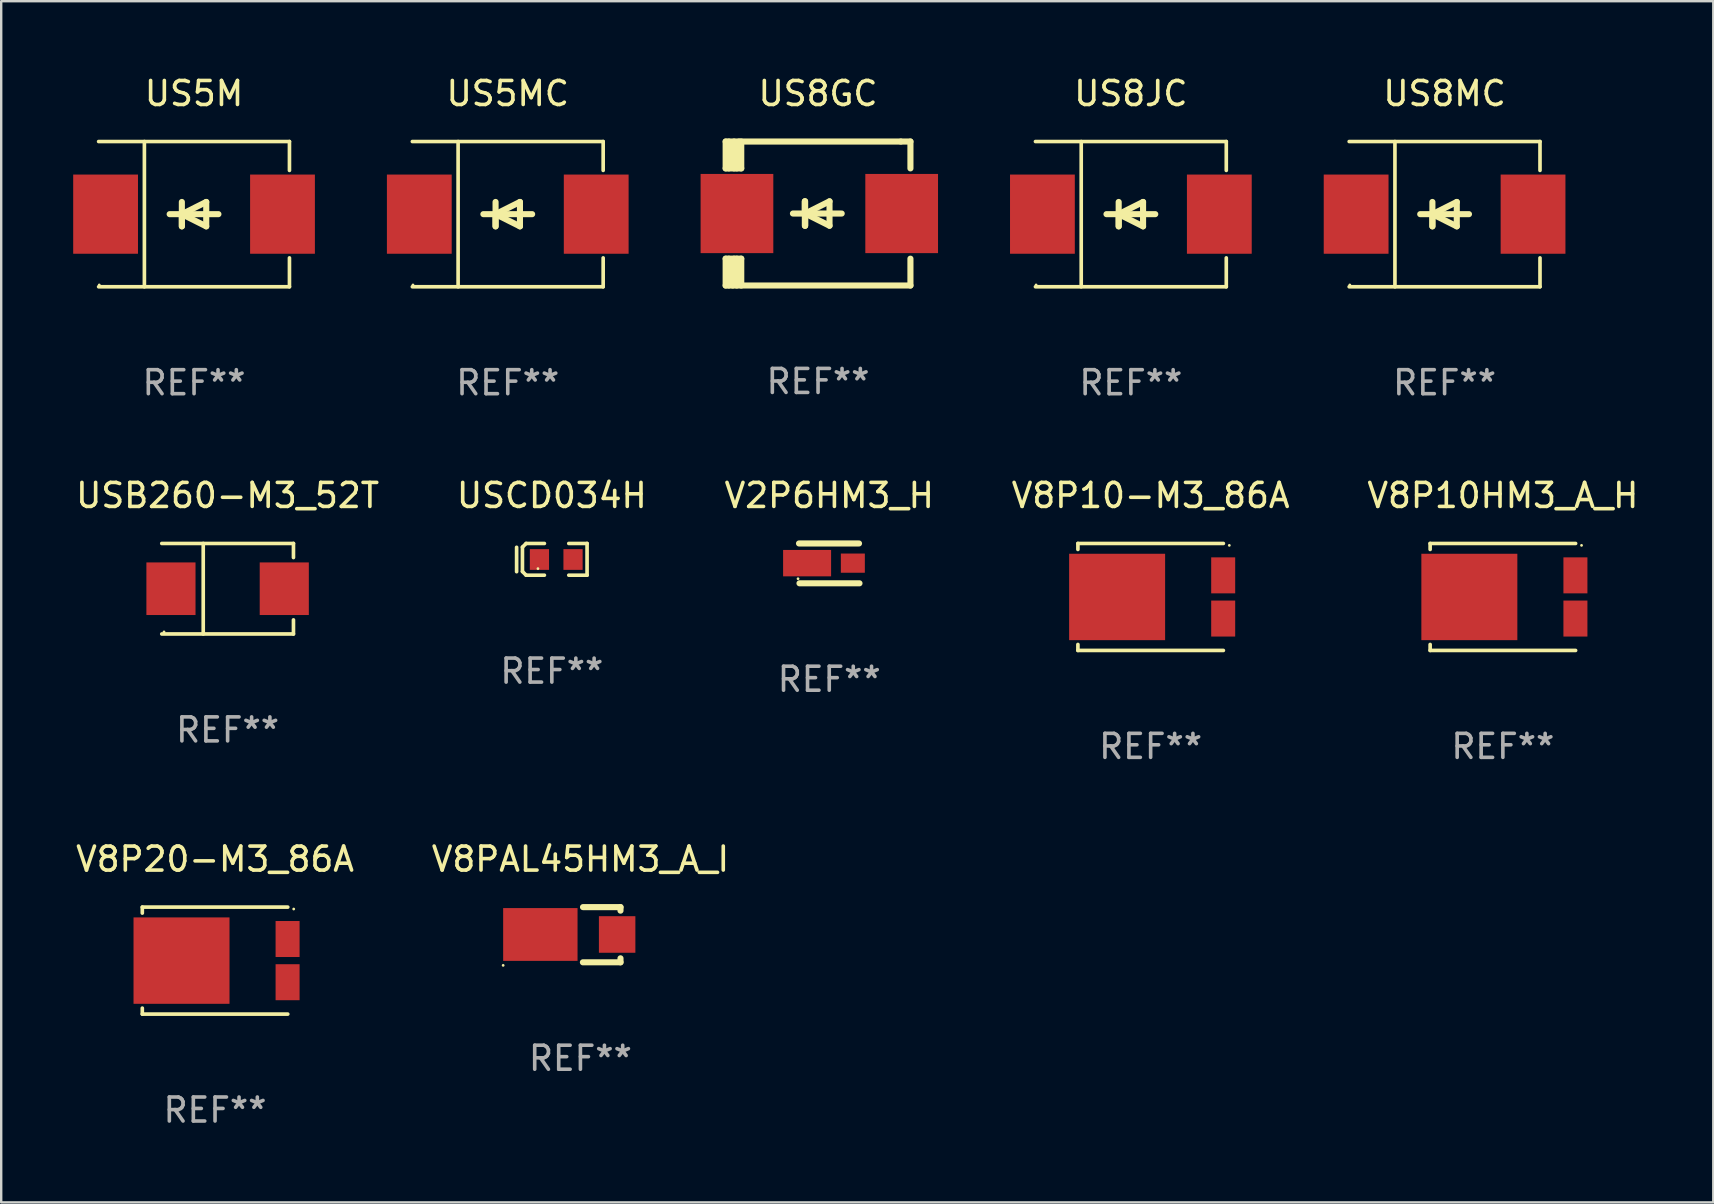
<source format=kicad_pcb>
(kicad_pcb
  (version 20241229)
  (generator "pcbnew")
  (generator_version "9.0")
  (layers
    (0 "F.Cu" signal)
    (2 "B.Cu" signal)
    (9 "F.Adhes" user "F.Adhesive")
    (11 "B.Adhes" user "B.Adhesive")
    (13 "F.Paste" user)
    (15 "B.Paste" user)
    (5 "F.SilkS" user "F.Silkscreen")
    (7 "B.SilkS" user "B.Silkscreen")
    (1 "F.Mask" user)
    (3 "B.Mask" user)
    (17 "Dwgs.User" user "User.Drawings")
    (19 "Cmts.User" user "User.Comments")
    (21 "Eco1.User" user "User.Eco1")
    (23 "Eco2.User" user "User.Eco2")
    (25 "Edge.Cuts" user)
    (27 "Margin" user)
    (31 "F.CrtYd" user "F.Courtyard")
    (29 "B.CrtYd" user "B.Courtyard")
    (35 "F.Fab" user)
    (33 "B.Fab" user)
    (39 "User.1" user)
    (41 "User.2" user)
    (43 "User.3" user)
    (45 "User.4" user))
  (footprint "USCD034H"
    (layer "F.Cu")
    (at 19.946 20.258)
    (property "Reference" "USCD034H" (at 0 -2.661 0) (layer "F.SilkS") (effects (font (size 1 1) (thickness 0.15))))
    (attr through_hole)
    (fp_line (start -1.468 -0.501) (end -1.468 0.515) (stroke (width 0.152) (type solid)) (layer "F.SilkS"))
    (fp_line (start -1.225 -0.508) (end -1.072 -0.661) (stroke (width 0.152) (type solid)) (layer "F.SilkS"))
    (fp_line (start -1.225 0.508) (end -1.225 -0.508) (stroke (width 0.152) (type solid)) (layer "F.SilkS"))
    (fp_line (start -1.072 -0.661) (end -0.31 -0.661) (stroke (width 0.152) (type solid)) (layer "F.SilkS"))
    (fp_line (start -1.072 0.661) (end -1.225 0.508) (stroke (width 0.152) (type solid)) (layer "F.SilkS"))
    (fp_line (start -1.072 0.661) (end -0.31 0.661) (stroke (width 0.152) (type solid)) (layer "F.SilkS"))
    (fp_line (start 1.468 -0.661) (end 0.706 -0.661) (stroke (width 0.152) (type solid)) (layer "F.SilkS"))
    (fp_line (start 1.468 -0.661) (end 1.468 0.661) (stroke (width 0.152) (type solid)) (layer "F.SilkS"))
    (fp_line (start 1.468 0.661) (end 0.706 0.661) (stroke (width 0.152) (type solid)) (layer "F.SilkS"))
    (fp_circle (center -0.579 0.388) (end -0.549 0.388) (stroke (width 0.06) (type solid)) (fill no) (layer "F.SilkS"))
    (fp_text user "REF**" (at 0 4.661 0) (layer "F.Fab") (effects (font (size 1 1) (thickness 0.15))))
    (pad "1" smd rect (at -0.517 0.007) (size 0.8 0.864) (layers "F.Cu" "F.Mask" "F.Paste"))
    (pad "2" smd rect (at 0.883 0.007) (size 0.8 0.864) (layers "F.Cu" "F.Mask" "F.Paste")))
  (footprint "V8P10-M3_86A"
    (layer "F.Cu")
    (at 44.899 21.826)
    (property "Reference" "V8P10-M3_86A" (at 0 -4.229 0) (layer "F.SilkS") (effects (font (size 1 1) (thickness 0.15))))
    (attr through_hole)
    (fp_line (start -3.031 -2.229) (end -3.031 -1.98) (stroke (width 0.152) (type solid)) (layer "F.SilkS"))
    (fp_line (start -3.031 1.98) (end -3.031 2.229) (stroke (width 0.152) (type solid)) (layer "F.SilkS"))
    (fp_line (start 3.031 -2.229) (end -3.031 -2.229) (stroke (width 0.152) (type solid)) (layer "F.SilkS"))
    (fp_line (start 3.031 2.229) (end -3.031 2.229) (stroke (width 0.152) (type solid)) (layer "F.SilkS"))
    (fp_circle (center 3.278 -2.15) (end 3.308 -2.15) (stroke (width 0.06) (type solid)) (fill no) (layer "F.SilkS"))
    (fp_text user "REF**" (at 0 6.229 0) (layer "F.Fab") (effects (font (size 1 1) (thickness 0.15))))
    (pad "1" smd rect (at 3.023 -0.9) (size 1 1.5) (layers "F.Cu" "F.Mask" "F.Paste"))
    (pad "2" smd rect (at 3.023 0.9) (size 1 1.5) (layers "F.Cu" "F.Mask" "F.Paste"))
    (pad "3" smd rect (at -1.397 0) (size 4 3.6) (layers "F.Cu" "F.Mask" "F.Paste")))
  (footprint "US5M"
    (layer "F.Cu")
    (at 5.036 5.874)
    (property "Reference" "US5M" (at 0 -5.026 0) (layer "F.SilkS") (effects (font (size 1 1) (thickness 0.15))))
    (attr through_hole)
    (fp_line (start -3.976 -3.026) (end 3.976 -3.026) (stroke (width 0.152) (type solid)) (layer "F.SilkS"))
    (fp_line (start -3.976 3.026) (end 3.976 3.026) (stroke (width 0.152) (type solid)) (layer "F.SilkS"))
    (fp_line (start -2.069 -3.026) (end -2.069 3.026) (stroke (width 0.152) (type solid)) (layer "F.SilkS"))
    (fp_line (start -0.508 0) (end -0.508 0.508) (stroke (width 0.254) (type solid)) (layer "F.SilkS"))
    (fp_line (start -0.508 0) (end 0.508 0.508) (stroke (width 0.254) (type solid)) (layer "F.SilkS"))
    (fp_line (start -0.508 0.508) (end -0.508 -0.508) (stroke (width 0.254) (type solid)) (layer "F.SilkS"))
    (fp_line (start 0.508 -0.508) (end -0.508 0) (stroke (width 0.254) (type solid)) (layer "F.SilkS"))
    (fp_line (start 0.508 0.508) (end 0.508 -0.508) (stroke (width 0.254) (type solid)) (layer "F.SilkS"))
    (fp_line (start 1.016 0) (end -1.016 0) (stroke (width 0.254) (type solid)) (layer "F.SilkS"))
    (fp_line (start 3.976 -3.026) (end 3.976 -1.823) (stroke (width 0.152) (type solid)) (layer "F.SilkS"))
    (fp_line (start 3.976 3.026) (end 3.976 1.823) (stroke (width 0.152) (type solid)) (layer "F.SilkS"))
    (fp_circle (center -3.95 2.95) (end -3.92 2.95) (stroke (width 0.06) (type solid)) (fill no) (layer "F.SilkS"))
    (fp_text user "REF**" (at 0 7.026 0) (layer "F.Fab") (effects (font (size 1 1) (thickness 0.15))))
    (pad "1" smd rect (at -3.686 0) (size 2.7 3.3) (layers "F.Cu" "F.Mask" "F.Paste"))
    (pad "2" smd rect (at 3.686 0) (size 2.7 3.3) (layers "F.Cu" "F.Mask" "F.Paste")))
  (footprint "US8MC"
    (layer "F.Cu")
    (at 57.148 5.874)
    (property "Reference" "US8MC" (at 0 -5.026 0) (layer "F.SilkS") (effects (font (size 1 1) (thickness 0.15))))
    (attr through_hole)
    (fp_line (start -3.976 -3.026) (end 3.976 -3.026) (stroke (width 0.152) (type solid)) (layer "F.SilkS"))
    (fp_line (start -3.976 3.026) (end 3.976 3.026) (stroke (width 0.152) (type solid)) (layer "F.SilkS"))
    (fp_line (start -2.069 -3.026) (end -2.069 3.026) (stroke (width 0.152) (type solid)) (layer "F.SilkS"))
    (fp_line (start -0.508 0) (end -0.508 0.508) (stroke (width 0.254) (type solid)) (layer "F.SilkS"))
    (fp_line (start -0.508 0) (end 0.508 0.508) (stroke (width 0.254) (type solid)) (layer "F.SilkS"))
    (fp_line (start -0.508 0.508) (end -0.508 -0.508) (stroke (width 0.254) (type solid)) (layer "F.SilkS"))
    (fp_line (start 0.508 -0.508) (end -0.508 0) (stroke (width 0.254) (type solid)) (layer "F.SilkS"))
    (fp_line (start 0.508 0.508) (end 0.508 -0.508) (stroke (width 0.254) (type solid)) (layer "F.SilkS"))
    (fp_line (start 1.016 0) (end -1.016 0) (stroke (width 0.254) (type solid)) (layer "F.SilkS"))
    (fp_line (start 3.976 -3.026) (end 3.976 -1.823) (stroke (width 0.152) (type solid)) (layer "F.SilkS"))
    (fp_line (start 3.976 3.026) (end 3.976 1.823) (stroke (width 0.152) (type solid)) (layer "F.SilkS"))
    (fp_circle (center -3.95 2.95) (end -3.92 2.95) (stroke (width 0.06) (type solid)) (fill no) (layer "F.SilkS"))
    (fp_text user "REF**" (at 0 7.026 0) (layer "F.Fab") (effects (font (size 1 1) (thickness 0.15))))
    (pad "1" smd rect (at -3.686 0) (size 2.7 3.3) (layers "F.Cu" "F.Mask" "F.Paste"))
    (pad "2" smd rect (at 3.686 0) (size 2.7 3.3) (layers "F.Cu" "F.Mask" "F.Paste")))
  (footprint "USB260-M3_52T"
    (layer "F.Cu")
    (at 6.435 21.483)
    (property "Reference" "USB260-M3_52T" (at 0 -3.886 0) (layer "F.SilkS") (effects (font (size 1 1) (thickness 0.15))))
    (attr through_hole)
    (fp_line (start -2.744 -1.886) (end 2.744 -1.886) (stroke (width 0.152) (type solid)) (layer "F.SilkS"))
    (fp_line (start -2.744 1.886) (end 2.744 1.886) (stroke (width 0.152) (type solid)) (layer "F.SilkS"))
    (fp_line (start -1.016 -1.886) (end -1.016 1.886) (stroke (width 0.152) (type solid)) (layer "F.SilkS"))
    (fp_line (start 2.744 -1.886) (end 2.744 -1.299) (stroke (width 0.152) (type solid)) (layer "F.SilkS"))
    (fp_line (start 2.744 1.886) (end 2.744 1.299) (stroke (width 0.152) (type solid)) (layer "F.SilkS"))
    (fp_circle (center -2.65 1.8) (end -2.62 1.8) (stroke (width 0.06) (type solid)) (fill no) (layer "F.SilkS"))
    (fp_text user "REF**" (at 0 5.886 0) (layer "F.Fab") (effects (font (size 1 1) (thickness 0.15))))
    (pad "1" smd rect (at -2.361 0) (size 2.047 2.192) (layers "F.Cu" "F.Mask" "F.Paste"))
    (pad "2" smd rect (at 2.361 0) (size 2.047 2.192) (layers "F.Cu" "F.Mask" "F.Paste")))
  (footprint "US8GC"
    (layer "F.Cu")
    (at 31.039 5.848)
    (property "Reference" "US8GC" (at 0 -5 0) (layer "F.SilkS") (effects (font (size 1 1) (thickness 0.15))))
    (attr through_hole)
    (fp_line (start -3.85 -1.881) (end -3.85 -3) (stroke (width 0.254) (type solid)) (layer "F.SilkS"))
    (fp_line (start -3.85 1.881) (end -3.2 1.881) (stroke (width 0.254) (type solid)) (layer "F.SilkS"))
    (fp_line (start -3.85 3) (end -3.85 1.881) (stroke (width 0.254) (type solid)) (layer "F.SilkS"))
    (fp_line (start -3.719 -1.881) (end -3.719 -3) (stroke (width 0.254) (type solid)) (layer "F.SilkS"))
    (fp_line (start -3.719 3) (end -3.719 1.881) (stroke (width 0.254) (type solid)) (layer "F.SilkS"))
    (fp_line (start -3.5 -3) (end -3.5 -1.881) (stroke (width 0.254) (type solid)) (layer "F.SilkS"))
    (fp_line (start -3.5 1.881) (end -3.5 2.944) (stroke (width 0.254) (type solid)) (layer "F.SilkS"))
    (fp_line (start -3.5 2.944) (end -3.556 3) (stroke (width 0.254) (type solid)) (layer "F.SilkS"))
    (fp_line (start -3.388 -2.906) (end -3.295 -3) (stroke (width 0.254) (type solid)) (layer "F.SilkS"))
    (fp_line (start -3.388 -1.881) (end -3.388 -2.906) (stroke (width 0.254) (type solid)) (layer "F.SilkS"))
    (fp_line (start -3.388 3) (end -3.388 1.881) (stroke (width 0.254) (type solid)) (layer "F.SilkS"))
    (fp_line (start -3.2 -3) (end -3.2 -1.881) (stroke (width 0.254) (type solid)) (layer "F.SilkS"))
    (fp_line (start -3.2 -1.881) (end -3.85 -1.881) (stroke (width 0.254) (type solid)) (layer "F.SilkS"))
    (fp_line (start -3.2 1.881) (end -3.2 3) (stroke (width 0.254) (type solid)) (layer "F.SilkS"))
    (fp_line (start -0.55 -0.508) (end -0.55 0.508) (stroke (width 0.254) (type solid)) (layer "F.SilkS"))
    (fp_line (start -0.55 0) (end -0.55 -0.508) (stroke (width 0.254) (type solid)) (layer "F.SilkS"))
    (fp_line (start -0.538 0) (end -0.538 0.508) (stroke (width 0.254) (type solid)) (layer "F.SilkS"))
    (fp_line (start -0.538 0) (end 0.478 0.508) (stroke (width 0.254) (type solid)) (layer "F.SilkS"))
    (fp_line (start -0.538 0.508) (end -0.538 -0.508) (stroke (width 0.254) (type solid)) (layer "F.SilkS"))
    (fp_line (start 0.478 -0.508) (end -0.538 0) (stroke (width 0.254) (type solid)) (layer "F.SilkS"))
    (fp_line (start 0.478 0.508) (end 0.478 -0.508) (stroke (width 0.254) (type solid)) (layer "F.SilkS"))
    (fp_line (start 0.986 0) (end -1.046 0) (stroke (width 0.254) (type solid)) (layer "F.SilkS"))
    (fp_line (start 3.45 -3) (end -3.85 -3) (stroke (width 0.254) (type solid)) (layer "F.SilkS"))
    (fp_line (start 3.45 -3) (end 3.85 -3) (stroke (width 0.254) (type solid)) (layer "F.SilkS"))
    (fp_line (start 3.85 -3) (end 3.85 -1.881) (stroke (width 0.254) (type solid)) (layer "F.SilkS"))
    (fp_line (start 3.85 1.881) (end 3.85 3) (stroke (width 0.254) (type solid)) (layer "F.SilkS"))
    (fp_line (start 3.85 3) (end -3.85 3) (stroke (width 0.254) (type solid)) (layer "F.SilkS"))
    (fp_circle (center -3.847 2.95) (end -3.817 2.95) (stroke (width 0.06) (type solid)) (fill no) (layer "F.SilkS"))
    (fp_text user "REF**" (at 0 7 0) (layer "F.Fab") (effects (font (size 1 1) (thickness 0.15))))
    (pad "1" smd rect (at -3.379 0) (size 3.03 3.3) (layers "F.Cu" "F.Mask" "F.Paste"))
    (pad "2" smd rect (at 3.485 0) (size 3.03 3.3) (layers "F.Cu" "F.Mask" "F.Paste")))
  (footprint "US5MC"
    (layer "F.Cu")
    (at 18.109 5.874)
    (property "Reference" "US5MC" (at 0 -5.026 0) (layer "F.SilkS") (effects (font (size 1 1) (thickness 0.15))))
    (attr through_hole)
    (fp_line (start -3.976 -3.026) (end 3.976 -3.026) (stroke (width 0.152) (type solid)) (layer "F.SilkS"))
    (fp_line (start -3.976 3.026) (end 3.976 3.026) (stroke (width 0.152) (type solid)) (layer "F.SilkS"))
    (fp_line (start -2.069 -3.026) (end -2.069 3.026) (stroke (width 0.152) (type solid)) (layer "F.SilkS"))
    (fp_line (start -0.508 0) (end -0.508 0.508) (stroke (width 0.254) (type solid)) (layer "F.SilkS"))
    (fp_line (start -0.508 0) (end 0.508 0.508) (stroke (width 0.254) (type solid)) (layer "F.SilkS"))
    (fp_line (start -0.508 0.508) (end -0.508 -0.508) (stroke (width 0.254) (type solid)) (layer "F.SilkS"))
    (fp_line (start 0.508 -0.508) (end -0.508 0) (stroke (width 0.254) (type solid)) (layer "F.SilkS"))
    (fp_line (start 0.508 0.508) (end 0.508 -0.508) (stroke (width 0.254) (type solid)) (layer "F.SilkS"))
    (fp_line (start 1.016 0) (end -1.016 0) (stroke (width 0.254) (type solid)) (layer "F.SilkS"))
    (fp_line (start 3.976 -3.026) (end 3.976 -1.823) (stroke (width 0.152) (type solid)) (layer "F.SilkS"))
    (fp_line (start 3.976 3.026) (end 3.976 1.823) (stroke (width 0.152) (type solid)) (layer "F.SilkS"))
    (fp_circle (center -3.95 2.95) (end -3.92 2.95) (stroke (width 0.06) (type solid)) (fill no) (layer "F.SilkS"))
    (fp_text user "REF**" (at 0 7.026 0) (layer "F.Fab") (effects (font (size 1 1) (thickness 0.15))))
    (pad "1" smd rect (at -3.686 0) (size 2.7 3.3) (layers "F.Cu" "F.Mask" "F.Paste"))
    (pad "2" smd rect (at 3.686 0) (size 2.7 3.3) (layers "F.Cu" "F.Mask" "F.Paste")))
  (footprint "V8P10HM3_A_H"
    (layer "F.Cu")
    (at 59.577 21.826)
    (property "Reference" "V8P10HM3_A_H" (at 0 -4.229 0) (layer "F.SilkS") (effects (font (size 1 1) (thickness 0.15))))
    (attr through_hole)
    (fp_line (start -3.031 -2.229) (end -3.031 -1.98) (stroke (width 0.152) (type solid)) (layer "F.SilkS"))
    (fp_line (start -3.031 1.98) (end -3.031 2.229) (stroke (width 0.152) (type solid)) (layer "F.SilkS"))
    (fp_line (start 3.031 -2.229) (end -3.031 -2.229) (stroke (width 0.152) (type solid)) (layer "F.SilkS"))
    (fp_line (start 3.031 2.229) (end -3.031 2.229) (stroke (width 0.152) (type solid)) (layer "F.SilkS"))
    (fp_circle (center 3.278 -2.15) (end 3.308 -2.15) (stroke (width 0.06) (type solid)) (fill no) (layer "F.SilkS"))
    (fp_text user "REF**" (at 0 6.229 0) (layer "F.Fab") (effects (font (size 1 1) (thickness 0.15))))
    (pad "1" smd rect (at 3.023 -0.9) (size 1 1.5) (layers "F.Cu" "F.Mask" "F.Paste"))
    (pad "2" smd rect (at 3.023 0.9) (size 1 1.5) (layers "F.Cu" "F.Mask" "F.Paste"))
    (pad "3" smd rect (at -1.397 0) (size 4 3.6) (layers "F.Cu" "F.Mask" "F.Paste")))
  (footprint "V2P6HM3_H"
    (layer "F.Cu")
    (at 31.506 20.427)
    (property "Reference" "V2P6HM3_H" (at 0 -2.83 0) (layer "F.SilkS") (effects (font (size 1 1) (thickness 0.15))))
    (attr through_hole)
    (fp_line (start -1.26 -0.83) (end 1.24 -0.83) (stroke (width 0.254) (type solid)) (layer "F.SilkS"))
    (fp_line (start -1.24 0.83) (end 1.26 0.83) (stroke (width 0.254) (type solid)) (layer "F.SilkS"))
    (fp_circle (center -1.301 0.64) (end -1.271 0.64) (stroke (width 0.06) (type solid)) (fill no) (layer "F.SilkS"))
    (fp_text user "REF**" (at 0 4.83 0) (layer "F.Fab") (effects (font (size 1 1) (thickness 0.15))))
    (pad "1" smd rect (at -0.923 -0.01 90) (size 1.1 2) (layers "F.Cu" "F.Mask" "F.Paste"))
    (pad "2" smd rect (at 0.983 -0.01) (size 1 0.8) (layers "F.Cu" "F.Mask" "F.Paste")))
  (footprint "V8PAL45HM3_A_I"
    (layer "F.Cu")
    (at 21.137 35.901)
    (property "Reference" "V8PAL45HM3_A_I" (at 0 -3.15 0) (layer "F.SilkS") (effects (font (size 1 1) (thickness 0.15))))
    (attr through_hole)
    (fp_line (start 1.67 -1.15) (end 0.108 -1.15) (stroke (width 0.254) (type solid)) (layer "F.SilkS"))
    (fp_line (start 1.67 -1.003) (end 1.67 -1.15) (stroke (width 0.254) (type solid)) (layer "F.SilkS"))
    (fp_line (start 1.67 0.983) (end 1.67 1.15) (stroke (width 0.254) (type solid)) (layer "F.SilkS"))
    (fp_line (start 1.67 1.15) (end 0.103 1.15) (stroke (width 0.254) (type solid)) (layer "F.SilkS"))
    (fp_circle (center -3.22 1.277) (end -3.19 1.277) (stroke (width 0.06) (type solid)) (fill no) (layer "F.SilkS"))
    (fp_text user "REF**" (at 0 5.15 0) (layer "F.Fab") (effects (font (size 1 1) (thickness 0.15))))
    (pad "1" smd rect (at -1.67 -0.01 270) (size 2.2 3.1) (layers "F.Cu" "F.Mask" "F.Paste"))
    (pad "2" smd rect (at 1.53 -0.01 180) (size 1.52 1.524) (layers "F.Cu" "F.Mask" "F.Paste")))
  (footprint "US8JC"
    (layer "F.Cu")
    (at 44.075 5.874)
    (property "Reference" "US8JC" (at 0 -5.026 0) (layer "F.SilkS") (effects (font (size 1 1) (thickness 0.15))))
    (attr through_hole)
    (fp_line (start -3.976 -3.026) (end 3.976 -3.026) (stroke (width 0.152) (type solid)) (layer "F.SilkS"))
    (fp_line (start -3.976 3.026) (end 3.976 3.026) (stroke (width 0.152) (type solid)) (layer "F.SilkS"))
    (fp_line (start -2.069 -3.026) (end -2.069 3.026) (stroke (width 0.152) (type solid)) (layer "F.SilkS"))
    (fp_line (start -0.508 0) (end -0.508 0.508) (stroke (width 0.254) (type solid)) (layer "F.SilkS"))
    (fp_line (start -0.508 0) (end 0.508 0.508) (stroke (width 0.254) (type solid)) (layer "F.SilkS"))
    (fp_line (start -0.508 0.508) (end -0.508 -0.508) (stroke (width 0.254) (type solid)) (layer "F.SilkS"))
    (fp_line (start 0.508 -0.508) (end -0.508 0) (stroke (width 0.254) (type solid)) (layer "F.SilkS"))
    (fp_line (start 0.508 0.508) (end 0.508 -0.508) (stroke (width 0.254) (type solid)) (layer "F.SilkS"))
    (fp_line (start 1.016 0) (end -1.016 0) (stroke (width 0.254) (type solid)) (layer "F.SilkS"))
    (fp_line (start 3.976 -3.026) (end 3.976 -1.823) (stroke (width 0.152) (type solid)) (layer "F.SilkS"))
    (fp_line (start 3.976 3.026) (end 3.976 1.823) (stroke (width 0.152) (type solid)) (layer "F.SilkS"))
    (fp_circle (center -3.95 2.95) (end -3.92 2.95) (stroke (width 0.06) (type solid)) (fill no) (layer "F.SilkS"))
    (fp_text user "REF**" (at 0 7.026 0) (layer "F.Fab") (effects (font (size 1 1) (thickness 0.15))))
    (pad "1" smd rect (at -3.686 0) (size 2.7 3.3) (layers "F.Cu" "F.Mask" "F.Paste"))
    (pad "2" smd rect (at 3.686 0) (size 2.7 3.3) (layers "F.Cu" "F.Mask" "F.Paste")))
  (footprint "V8P20-M3_86A"
    (layer "F.Cu")
    (at 5.911 36.98)
    (property "Reference" "V8P20-M3_86A" (at 0 -4.229 0) (layer "F.SilkS") (effects (font (size 1 1) (thickness 0.15))))
    (attr through_hole)
    (fp_line (start -3.031 -2.229) (end -3.031 -1.98) (stroke (width 0.152) (type solid)) (layer "F.SilkS"))
    (fp_line (start -3.031 1.98) (end -3.031 2.229) (stroke (width 0.152) (type solid)) (layer "F.SilkS"))
    (fp_line (start 3.031 -2.229) (end -3.031 -2.229) (stroke (width 0.152) (type solid)) (layer "F.SilkS"))
    (fp_line (start 3.031 2.229) (end -3.031 2.229) (stroke (width 0.152) (type solid)) (layer "F.SilkS"))
    (fp_circle (center 3.278 -2.15) (end 3.308 -2.15) (stroke (width 0.06) (type solid)) (fill no) (layer "F.SilkS"))
    (fp_text user "REF**" (at 0 6.229 0) (layer "F.Fab") (effects (font (size 1 1) (thickness 0.15))))
    (pad "1" smd rect (at 3.023 -0.9) (size 1 1.5) (layers "F.Cu" "F.Mask" "F.Paste"))
    (pad "2" smd rect (at 3.023 0.9) (size 1 1.5) (layers "F.Cu" "F.Mask" "F.Paste"))
    (pad "3" smd rect (at -1.397 0) (size 4 3.6) (layers "F.Cu" "F.Mask" "F.Paste")))
  (gr_rect
    (start -3 -3)
    (end 68.345 47.057)
    (stroke (width 0.1) (type default))
    (fill no)
    (layer "Edge.Cuts")))
</source>
